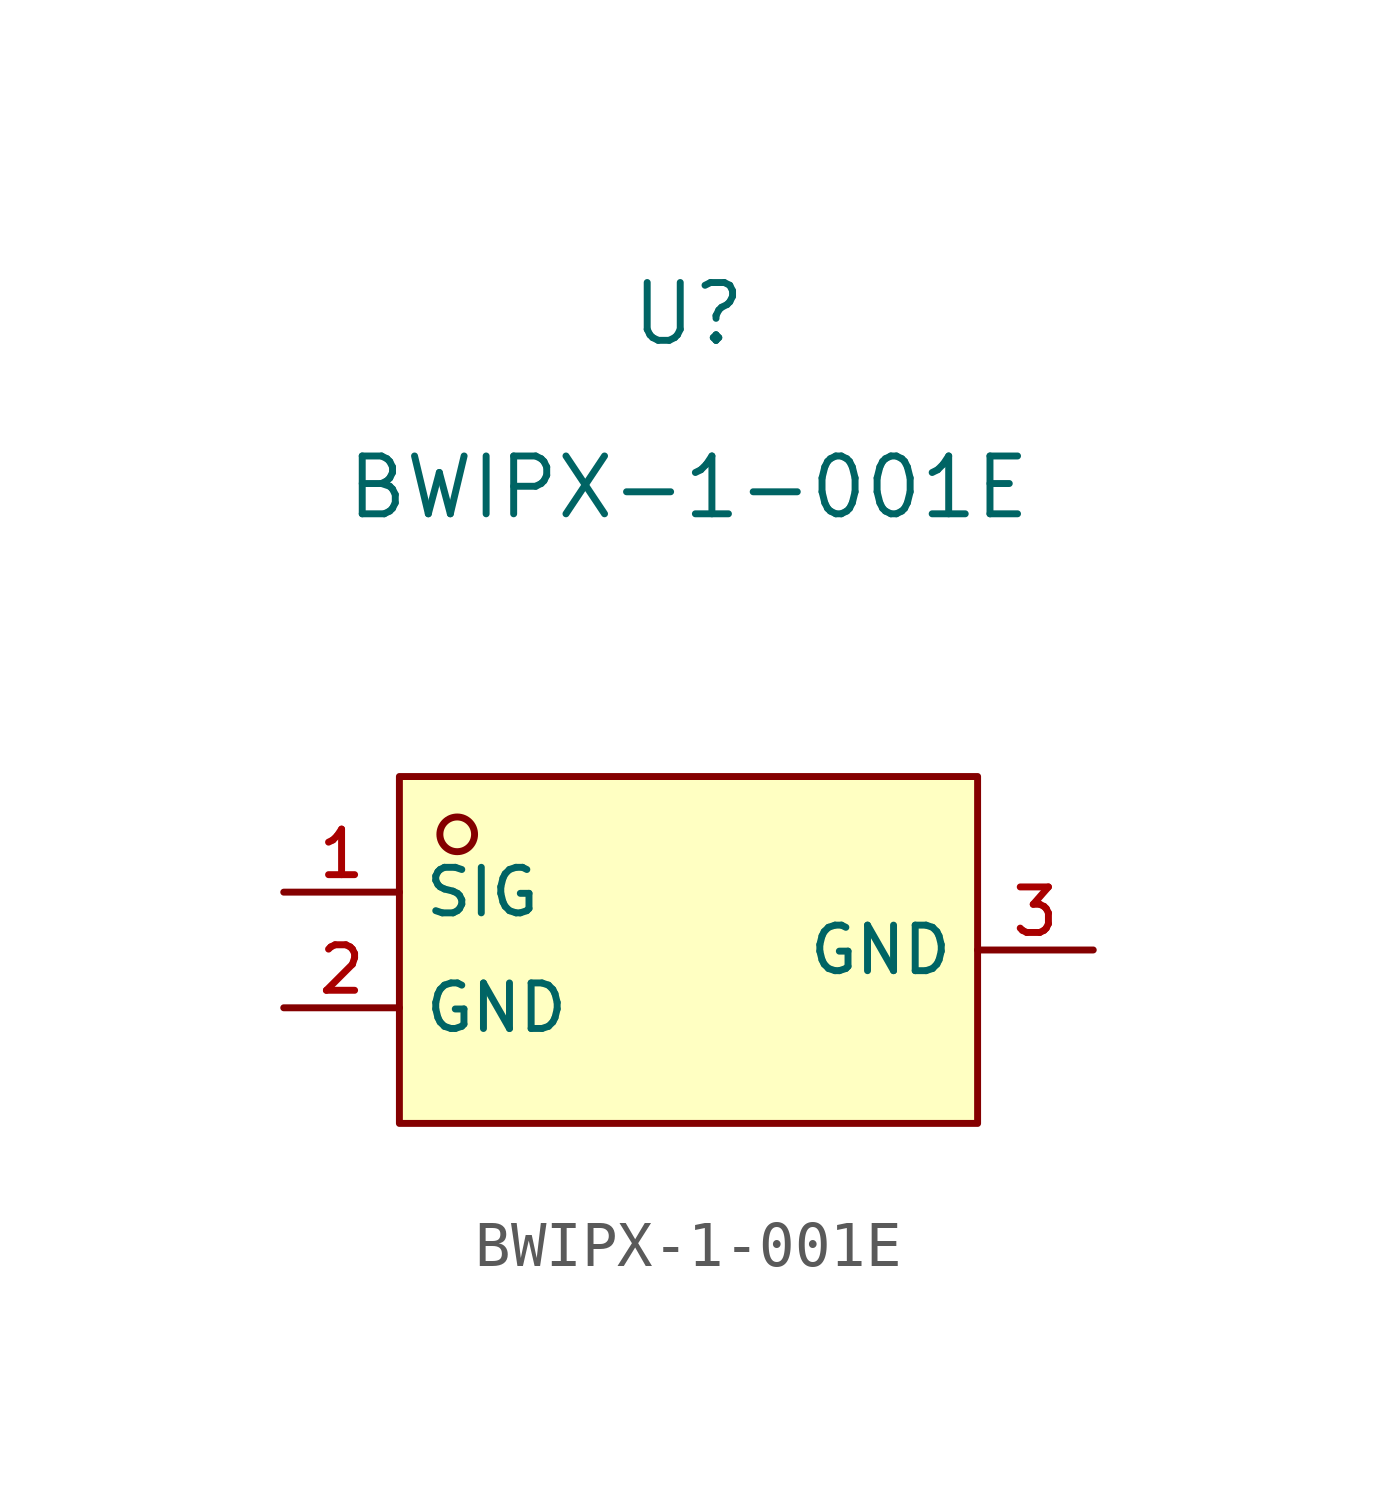
<source format=kicad_sym>
(kicad_symbol_lib
  (version 20210201)
  (generator TousstNicolas/JLC2KiCad_lib)
  (symbol "BWIPX-1-001E"
    (property "Reference" "U"
      (at 0 1.27 0)
      (effects (font (size 1.27 1.27))))
    (property "Value" "BWIPX-1-001E"
      (at 0 -2.54 0)
      (effects (font (size 1.27 1.27))))
    (symbol "BWIPX-1-001E_0_1"
      (rectangle (start -6.35 -8.89) (end 6.35 -16.51) (stroke (width 0) (type default) (color 0 0 0 0)) (fill (type background)))
      (circle (center -5.08 -10.16) (radius 0.381) (stroke (width 0) (type default) (color 0 0 0 0)) (fill (type background)))
      (pin unspecified line (at -8.89 -11.43 0) (length 2.54) (name "SIG" (effects (font (size 1 1)))) (number "1" (effects (font (size 1 1)))))
      (pin unspecified line (at -8.89 -13.97 0) (length 2.54) (name "GND" (effects (font (size 1 1)))) (number "2" (effects (font (size 1 1)))))
      (pin unspecified line (at 8.89 -12.7 180) (length 2.54) (name "GND" (effects (font (size 1 1)))) (number "3" (effects (font (size 1 1))))))))
</source>
